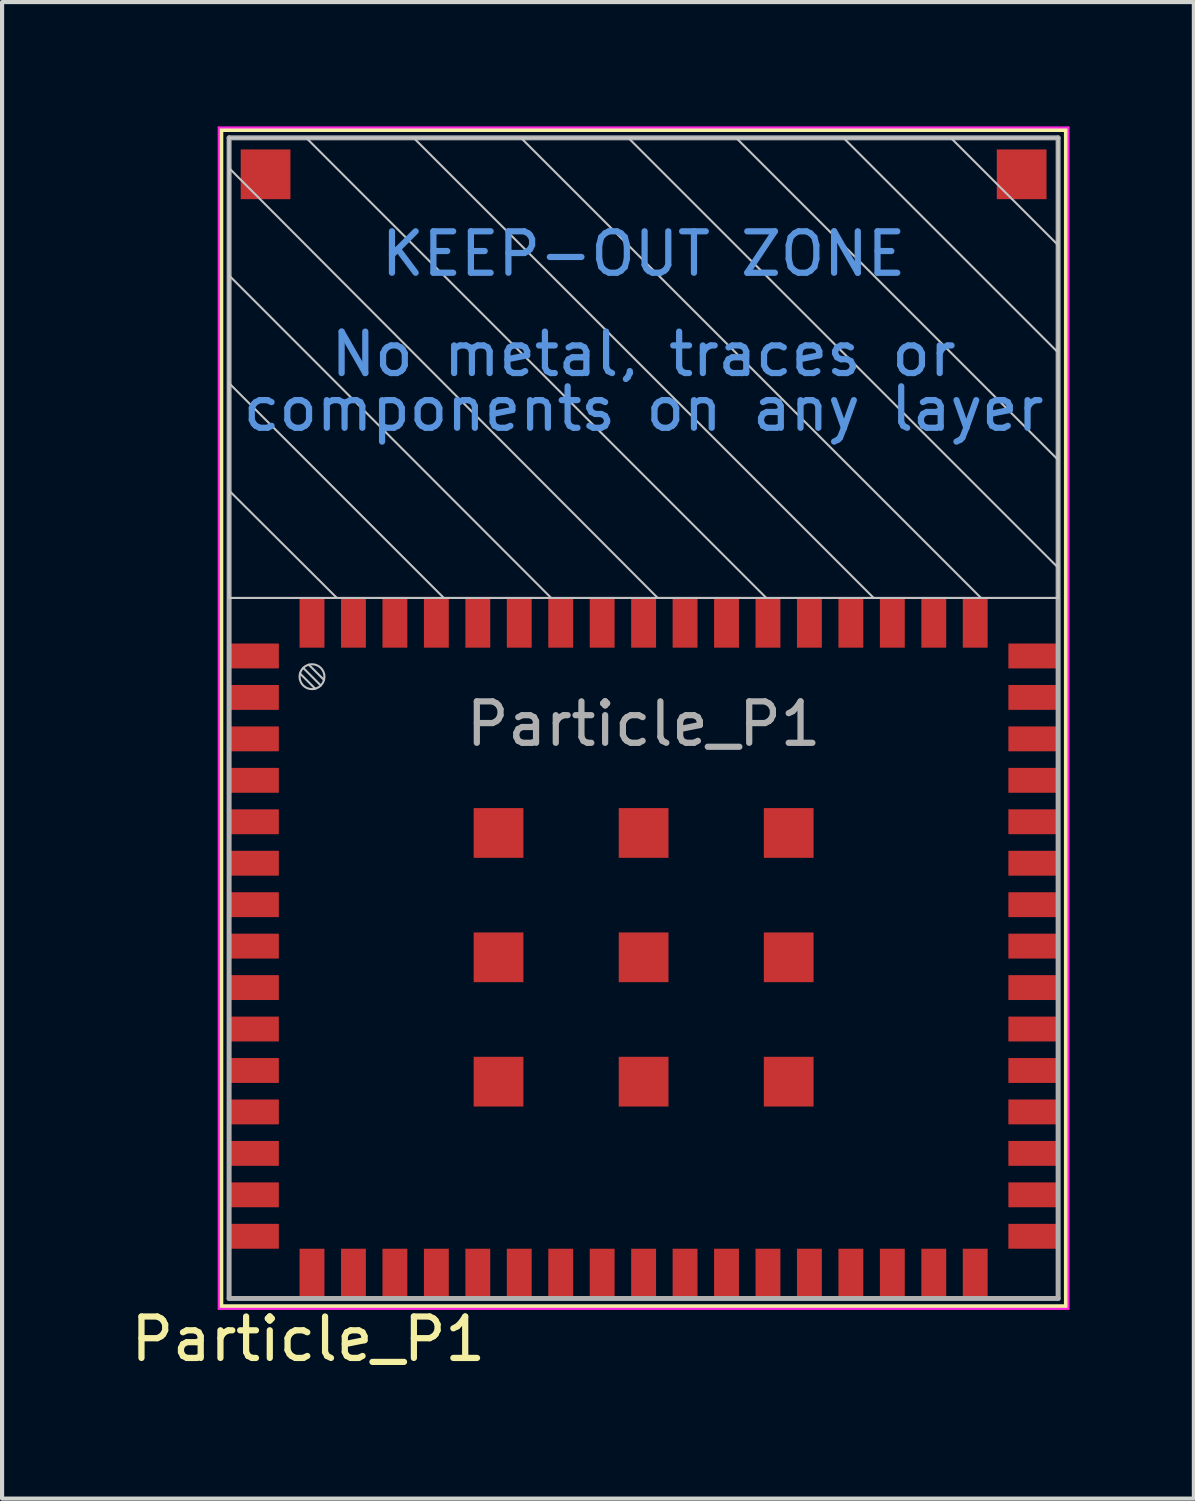
<source format=kicad_pcb>
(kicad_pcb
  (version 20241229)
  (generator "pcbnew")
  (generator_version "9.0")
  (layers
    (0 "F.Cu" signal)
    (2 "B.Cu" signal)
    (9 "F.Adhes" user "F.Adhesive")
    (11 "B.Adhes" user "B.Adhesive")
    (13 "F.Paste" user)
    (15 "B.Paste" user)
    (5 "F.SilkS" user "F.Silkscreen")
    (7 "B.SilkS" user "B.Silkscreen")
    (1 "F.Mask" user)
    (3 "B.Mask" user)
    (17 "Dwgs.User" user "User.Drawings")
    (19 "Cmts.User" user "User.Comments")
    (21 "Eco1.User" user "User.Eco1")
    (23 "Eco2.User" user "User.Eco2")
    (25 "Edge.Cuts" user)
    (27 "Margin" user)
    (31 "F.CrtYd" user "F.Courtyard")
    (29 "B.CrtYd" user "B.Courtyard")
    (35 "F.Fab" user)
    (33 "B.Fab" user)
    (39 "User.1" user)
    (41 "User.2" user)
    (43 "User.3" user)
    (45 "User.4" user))
  (footprint "Particle_P1"
    (layer "F.Cu")
    (at 12.477 14.415)
    (property "Reference" "Particle_P1" (at -8.09 14.84 180) (layer "F.SilkS") (effects (font (size 1 1) (thickness 0.15))))
    (attr smd)
    (fp_line (start -10.2 -14.34) (end 10.2 -14.34) (stroke (width 0.12) (type solid)) (layer "F.SilkS"))
    (fp_line (start -10.2 14.06) (end -10.2 -14.34) (stroke (width 0.12) (type solid)) (layer "F.SilkS"))
    (fp_line (start 10.2 -14.34) (end 10.2 14.06) (stroke (width 0.12) (type solid)) (layer "F.SilkS"))
    (fp_line (start 10.2 14.06) (end -10.2 14.06) (stroke (width 0.12) (type solid)) (layer "F.SilkS"))
    (fp_line (start -10 -14.14) (end 10 -14.14) (stroke (width 0.05) (type solid)) (layer "Dwgs.User"))
    (fp_line (start -10 -13.41) (end 0.34 -3.04) (stroke (width 0.05) (type solid)) (layer "Dwgs.User"))
    (fp_line (start -10 -10.82) (end -2.23 -3.04) (stroke (width 0.05) (type solid)) (layer "Dwgs.User"))
    (fp_line (start -10 -8.22) (end -4.82 -3.04) (stroke (width 0.05) (type solid)) (layer "Dwgs.User"))
    (fp_line (start -10 -5.63) (end -7.4 -3.04) (stroke (width 0.05) (type solid)) (layer "Dwgs.User"))
    (fp_line (start -10 -3.04) (end -10 -14.14) (stroke (width 0.05) (type solid)) (layer "Dwgs.User"))
    (fp_line (start -8.29 -1.218) (end -7.922 -0.85) (stroke (width 0.05) (type solid)) (layer "Dwgs.User"))
    (fp_line (start -8.212 -1.352) (end -7.788 -0.928) (stroke (width 0.05) (type solid)) (layer "Dwgs.User"))
    (fp_line (start -8.078 -1.43) (end -7.71 -1.062) (stroke (width 0.05) (type solid)) (layer "Dwgs.User"))
    (fp_line (start 2.96 -3.04) (end -8.14 -14.14) (stroke (width 0.05) (type solid)) (layer "Dwgs.User"))
    (fp_line (start 5.55 -3.04) (end -5.55 -14.14) (stroke (width 0.05) (type solid)) (layer "Dwgs.User"))
    (fp_line (start 8.14 -3.04) (end -2.96 -14.14) (stroke (width 0.05) (type solid)) (layer "Dwgs.User"))
    (fp_line (start 10 -14.14) (end 10 -3.04) (stroke (width 0.05) (type solid)) (layer "Dwgs.User"))
    (fp_line (start 10 -11.55) (end 7.41 -14.14) (stroke (width 0.05) (type solid)) (layer "Dwgs.User"))
    (fp_line (start 10 -8.96) (end 4.82 -14.14) (stroke (width 0.05) (type solid)) (layer "Dwgs.User"))
    (fp_line (start 10 -6.37) (end 2.23 -14.14) (stroke (width 0.05) (type solid)) (layer "Dwgs.User"))
    (fp_line (start 10 -3.77) (end -0.37 -14.14) (stroke (width 0.05) (type solid)) (layer "Dwgs.User"))
    (fp_line (start 10 -3.04) (end -10 -3.04) (stroke (width 0.05) (type solid)) (layer "Dwgs.User"))
    (fp_circle (center -8 -1.14) (end -7.7 -1.14) (stroke (width 0.05) (type solid)) (fill no) (layer "Dwgs.User"))
    (fp_line (start -10.25 14.11) (end -10.25 -14.39) (stroke (width 0.05) (type solid)) (layer "F.CrtYd"))
    (fp_line (start -10.25 14.11) (end 10.25 14.11) (stroke (width 0.05) (type solid)) (layer "F.CrtYd"))
    (fp_line (start 10.25 -14.39) (end -10.25 -14.39) (stroke (width 0.05) (type solid)) (layer "F.CrtYd"))
    (fp_line (start 10.25 -14.39) (end 10.25 14.11) (stroke (width 0.05) (type solid)) (layer "F.CrtYd"))
    (fp_line (start -10 13.86) (end -10 -14.14) (stroke (width 0.12) (type solid)) (layer "F.Fab"))
    (fp_line (start -10 13.86) (end 10 13.86) (stroke (width 0.12) (type solid)) (layer "F.Fab"))
    (fp_line (start 10 -14.14) (end -10 -14.14) (stroke (width 0.12) (type solid)) (layer "F.Fab"))
    (fp_line (start 10 13.86) (end 10 -14.14) (stroke (width 0.12) (type solid)) (layer "F.Fab"))
    (fp_text user "components on any layer" (at 0 -7.6 0) (layer "Cmts.User") (effects (font (size 1 1) (thickness 0.15))))
    (fp_text user "KEEP-OUT ZONE" (at 0 -11.34 0) (layer "Cmts.User") (effects (font (size 1 1) (thickness 0.15))))
    (fp_text user "No metal, traces or" (at 0 -8.92 0) (layer "Cmts.User") (effects (font (size 1 1) (thickness 0.15))))
    (fp_text user "${REFERENCE}" (at 0 0 0) (layer "F.Fab") (effects (font (size 1 1) (thickness 0.15))))
    (pad "1" smd rect (at -9.4 -1.64 270) (size 0.6 1.2) (layers "F.Cu" "F.Mask" "F.Paste"))
    (pad "2" smd rect (at -9.4 -0.64 270) (size 0.6 1.2) (layers "F.Cu" "F.Mask" "F.Paste"))
    (pad "3" smd rect (at -9.4 0.36 270) (size 0.6 1.2) (layers "F.Cu" "F.Mask" "F.Paste"))
    (pad "4" smd rect (at -9.4 1.36 270) (size 0.6 1.2) (layers "F.Cu" "F.Mask" "F.Paste"))
    (pad "5" smd rect (at -9.4 2.36 270) (size 0.6 1.2) (layers "F.Cu" "F.Mask" "F.Paste"))
    (pad "6" smd rect (at -9.4 3.36 270) (size 0.6 1.2) (layers "F.Cu" "F.Mask" "F.Paste"))
    (pad "7" smd rect (at -9.4 4.36 270) (size 0.6 1.2) (layers "F.Cu" "F.Mask" "F.Paste"))
    (pad "8" smd rect (at -9.4 5.36 270) (size 0.6 1.2) (layers "F.Cu" "F.Mask" "F.Paste"))
    (pad "9" smd rect (at -9.4 6.36 270) (size 0.6 1.2) (layers "F.Cu" "F.Mask" "F.Paste"))
    (pad "10" smd rect (at -9.4 7.36 270) (size 0.6 1.2) (layers "F.Cu" "F.Mask" "F.Paste"))
    (pad "11" smd rect (at -9.4 8.36 270) (size 0.6 1.2) (layers "F.Cu" "F.Mask" "F.Paste"))
    (pad "12" smd rect (at -9.4 9.36 270) (size 0.6 1.2) (layers "F.Cu" "F.Mask" "F.Paste"))
    (pad "13" smd rect (at -9.4 10.36 270) (size 0.6 1.2) (layers "F.Cu" "F.Mask" "F.Paste"))
    (pad "14" smd rect (at -9.4 11.36 270) (size 0.6 1.2) (layers "F.Cu" "F.Mask" "F.Paste"))
    (pad "15" smd rect (at -9.4 12.36 270) (size 0.6 1.2) (layers "F.Cu" "F.Mask" "F.Paste"))
    (pad "16" smd rect (at -8 13.26 270) (size 1.2 0.6) (layers "F.Cu" "F.Mask" "F.Paste"))
    (pad "17" smd rect (at -7 13.26 270) (size 1.2 0.6) (layers "F.Cu" "F.Mask" "F.Paste"))
    (pad "18" smd rect (at -6 13.26 270) (size 1.2 0.6) (layers "F.Cu" "F.Mask" "F.Paste"))
    (pad "19" smd rect (at -5 13.26 270) (size 1.2 0.6) (layers "F.Cu" "F.Mask" "F.Paste"))
    (pad "20" smd rect (at -4 13.26 270) (size 1.2 0.6) (layers "F.Cu" "F.Mask" "F.Paste"))
    (pad "21" smd rect (at -3 13.26 270) (size 1.2 0.6) (layers "F.Cu" "F.Mask" "F.Paste"))
    (pad "22" smd rect (at -2 13.26 270) (size 1.2 0.6) (layers "F.Cu" "F.Mask" "F.Paste"))
    (pad "23" smd rect (at -1 13.26 270) (size 1.2 0.6) (layers "F.Cu" "F.Mask" "F.Paste"))
    (pad "24" smd rect (at 0 13.26 270) (size 1.2 0.6) (layers "F.Cu" "F.Mask" "F.Paste"))
    (pad "25" smd rect (at 1 13.26 270) (size 1.2 0.6) (layers "F.Cu" "F.Mask" "F.Paste"))
    (pad "26" smd rect (at 2 13.26 270) (size 1.2 0.6) (layers "F.Cu" "F.Mask" "F.Paste"))
    (pad "27" smd rect (at 3 13.26 270) (size 1.2 0.6) (layers "F.Cu" "F.Mask" "F.Paste"))
    (pad "28" smd rect (at 4 13.26 270) (size 1.2 0.6) (layers "F.Cu" "F.Mask" "F.Paste"))
    (pad "29" smd rect (at 5 13.26 270) (size 1.2 0.6) (layers "F.Cu" "F.Mask" "F.Paste"))
    (pad "30" smd rect (at 6 13.26 270) (size 1.2 0.6) (layers "F.Cu" "F.Mask" "F.Paste"))
    (pad "31" smd rect (at 7 13.26 270) (size 1.2 0.6) (layers "F.Cu" "F.Mask" "F.Paste"))
    (pad "32" smd rect (at 8 13.26 270) (size 1.2 0.6) (layers "F.Cu" "F.Mask" "F.Paste"))
    (pad "33" smd rect (at 9.4 12.36 270) (size 0.6 1.2) (layers "F.Cu" "F.Mask" "F.Paste"))
    (pad "34" smd rect (at 9.4 11.36 270) (size 0.6 1.2) (layers "F.Cu" "F.Mask" "F.Paste"))
    (pad "35" smd rect (at 9.4 10.36 270) (size 0.6 1.2) (layers "F.Cu" "F.Mask" "F.Paste"))
    (pad "36" smd rect (at 9.4 9.36 270) (size 0.6 1.2) (layers "F.Cu" "F.Mask" "F.Paste"))
    (pad "37" smd rect (at 9.4 8.36 270) (size 0.6 1.2) (layers "F.Cu" "F.Mask" "F.Paste"))
    (pad "38" smd rect (at 9.4 7.36 270) (size 0.6 1.2) (layers "F.Cu" "F.Mask" "F.Paste"))
    (pad "39" smd rect (at 9.4 6.36 270) (size 0.6 1.2) (layers "F.Cu" "F.Mask" "F.Paste"))
    (pad "40" smd rect (at 9.4 5.36 270) (size 0.6 1.2) (layers "F.Cu" "F.Mask" "F.Paste"))
    (pad "41" smd rect (at 9.4 4.36 270) (size 0.6 1.2) (layers "F.Cu" "F.Mask" "F.Paste"))
    (pad "42" smd rect (at 9.4 3.36 270) (size 0.6 1.2) (layers "F.Cu" "F.Mask" "F.Paste"))
    (pad "43" smd rect (at 9.4 2.36 270) (size 0.6 1.2) (layers "F.Cu" "F.Mask" "F.Paste"))
    (pad "44" smd rect (at 9.4 1.36 270) (size 0.6 1.2) (layers "F.Cu" "F.Mask" "F.Paste"))
    (pad "45" smd rect (at 9.4 0.36 270) (size 0.6 1.2) (layers "F.Cu" "F.Mask" "F.Paste"))
    (pad "46" smd rect (at 9.4 -0.64 270) (size 0.6 1.2) (layers "F.Cu" "F.Mask" "F.Paste"))
    (pad "47" smd rect (at 9.4 -1.64 270) (size 0.6 1.2) (layers "F.Cu" "F.Mask" "F.Paste"))
    (pad "48" smd rect (at 8 -2.44 270) (size 1.2 0.6) (layers "F.Cu" "F.Mask" "F.Paste"))
    (pad "49" smd rect (at 7 -2.44 270) (size 1.2 0.6) (layers "F.Cu" "F.Mask" "F.Paste"))
    (pad "50" smd rect (at 6 -2.44 270) (size 1.2 0.6) (layers "F.Cu" "F.Mask" "F.Paste"))
    (pad "51" smd rect (at 5 -2.44 270) (size 1.2 0.6) (layers "F.Cu" "F.Mask" "F.Paste"))
    (pad "52" smd rect (at 4 -2.44 270) (size 1.2 0.6) (layers "F.Cu" "F.Mask" "F.Paste"))
    (pad "53" smd rect (at 3 -2.44 270) (size 1.2 0.6) (layers "F.Cu" "F.Mask" "F.Paste"))
    (pad "54" smd rect (at 2 -2.44 270) (size 1.2 0.6) (layers "F.Cu" "F.Mask" "F.Paste"))
    (pad "55" smd rect (at 1 -2.44 270) (size 1.2 0.6) (layers "F.Cu" "F.Mask" "F.Paste"))
    (pad "56" smd rect (at 0 -2.44 270) (size 1.2 0.6) (layers "F.Cu" "F.Mask" "F.Paste"))
    (pad "57" smd rect (at -1 -2.44 270) (size 1.2 0.6) (layers "F.Cu" "F.Mask" "F.Paste"))
    (pad "58" smd rect (at -2 -2.44 270) (size 1.2 0.6) (layers "F.Cu" "F.Mask" "F.Paste"))
    (pad "59" smd rect (at -3 -2.44 270) (size 1.2 0.6) (layers "F.Cu" "F.Mask" "F.Paste"))
    (pad "60" smd rect (at -4 -2.44 270) (size 1.2 0.6) (layers "F.Cu" "F.Mask" "F.Paste"))
    (pad "61" smd rect (at -5 -2.44 270) (size 1.2 0.6) (layers "F.Cu" "F.Mask" "F.Paste"))
    (pad "62" smd rect (at -6 -2.44 270) (size 1.2 0.6) (layers "F.Cu" "F.Mask" "F.Paste"))
    (pad "63" smd rect (at -7 -2.44 270) (size 1.2 0.6) (layers "F.Cu" "F.Mask" "F.Paste"))
    (pad "64" smd rect (at -8 -2.44 270) (size 1.2 0.6) (layers "F.Cu" "F.Mask" "F.Paste"))
    (pad "65" smd rect (at -3.5 2.63 270) (size 1.2 1.2) (layers "F.Cu" "F.Mask" "F.Paste"))
    (pad "66" smd rect (at -3.5 5.63 270) (size 1.2 1.2) (layers "F.Cu" "F.Mask" "F.Paste"))
    (pad "67" smd rect (at -3.5 8.63 270) (size 1.2 1.2) (layers "F.Cu" "F.Mask" "F.Paste"))
    (pad "68" smd rect (at 0 2.63 270) (size 1.2 1.2) (layers "F.Cu" "F.Mask" "F.Paste"))
    (pad "69" smd rect (at 0 5.63 270) (size 1.2 1.2) (layers "F.Cu" "F.Mask" "F.Paste"))
    (pad "70" smd rect (at 0 8.63 270) (size 1.2 1.2) (layers "F.Cu" "F.Mask" "F.Paste"))
    (pad "71" smd rect (at 3.5 2.63 270) (size 1.2 1.2) (layers "F.Cu" "F.Mask" "F.Paste"))
    (pad "72" smd rect (at 3.5 5.63 270) (size 1.2 1.2) (layers "F.Cu" "F.Mask" "F.Paste"))
    (pad "73" smd rect (at 3.5 8.63 270) (size 1.2 1.2) (layers "F.Cu" "F.Mask" "F.Paste"))
    (pad "74" smd rect (at 9.12 -13.26 270) (size 1.2 1.2) (layers "F.Cu" "F.Mask" "F.Paste"))
    (pad "75" smd rect (at -9.12 -13.26 270) (size 1.2 1.2) (layers "F.Cu" "F.Mask" "F.Paste")))
  (gr_rect
    (start -3 -3)
    (end 25.752 33.103)
    (stroke (width 0.1) (type default))
    (fill no)
    (layer "Edge.Cuts")))
</source>
